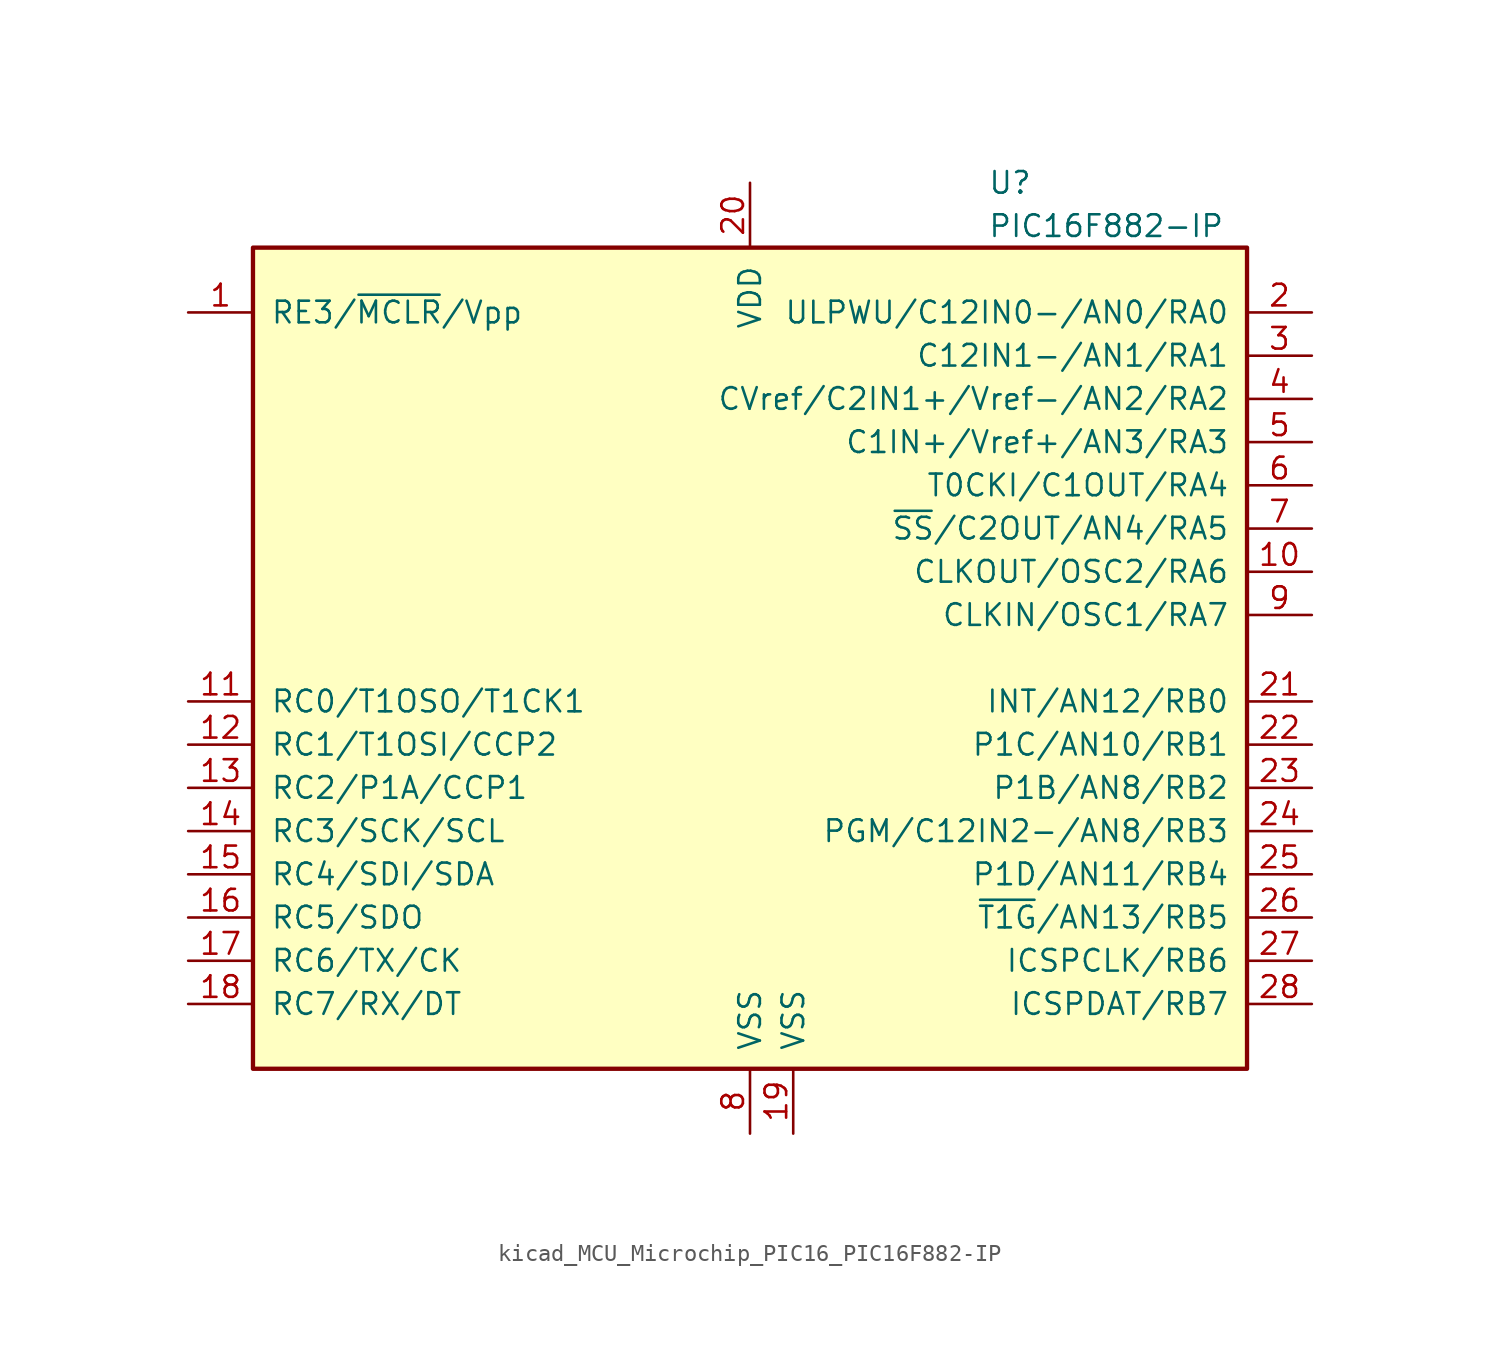
<source format=kicad_sym>
(kicad_symbol_lib
  (version 20220914)
  (generator kicad_symbol_editor)
  (symbol "kicad_MCU_Microchip_PIC16_PIC16F882-IP"
    (pin_names
      (offset 1.016))
    (property "Reference" "U"
      (at 13.97 27.94 0)
      (effects (font (size 1.27 1.27)) (justify left)))
    (property "Value" "PIC16F882-IP"
      (at 13.97 25.4 0)
      (effects (font (size 1.27 1.27)) (justify left)))
    (symbol "kicad_MCU_Microchip_PIC16_PIC16F882-IP_0_1"
      (rectangle (start -29.21 24.13) (end 29.21 -24.13) (stroke (width 0.254) (type default)) (fill (type background))))
    (symbol "kicad_MCU_Microchip_PIC16_PIC16F882-IP_1_1"
      (pin bidirectional line (at -33.02 20.32 0) (length 3.81) (name "RE3/~{MCLR}/Vpp" (effects (font (size 1.27 1.27)))) (number "1" (effects (font (size 1.27 1.27)))))
      (pin bidirectional line (at 33.02 5.08 180) (length 3.81) (name "CLKOUT/OSC2/RA6" (effects (font (size 1.27 1.27)))) (number "10" (effects (font (size 1.27 1.27)))))
      (pin bidirectional line (at -33.02 -2.54 0) (length 3.81) (name "RC0/T1OSO/T1CK1" (effects (font (size 1.27 1.27)))) (number "11" (effects (font (size 1.27 1.27)))))
      (pin bidirectional line (at -33.02 -5.08 0) (length 3.81) (name "RC1/T1OSI/CCP2" (effects (font (size 1.27 1.27)))) (number "12" (effects (font (size 1.27 1.27)))))
      (pin bidirectional line (at -33.02 -7.62 0) (length 3.81) (name "RC2/P1A/CCP1" (effects (font (size 1.27 1.27)))) (number "13" (effects (font (size 1.27 1.27)))))
      (pin bidirectional line (at -33.02 -10.16 0) (length 3.81) (name "RC3/SCK/SCL" (effects (font (size 1.27 1.27)))) (number "14" (effects (font (size 1.27 1.27)))))
      (pin bidirectional line (at -33.02 -12.7 0) (length 3.81) (name "RC4/SDI/SDA" (effects (font (size 1.27 1.27)))) (number "15" (effects (font (size 1.27 1.27)))))
      (pin bidirectional line (at -33.02 -15.24 0) (length 3.81) (name "RC5/SDO" (effects (font (size 1.27 1.27)))) (number "16" (effects (font (size 1.27 1.27)))))
      (pin bidirectional line (at -33.02 -17.78 0) (length 3.81) (name "RC6/TX/CK" (effects (font (size 1.27 1.27)))) (number "17" (effects (font (size 1.27 1.27)))))
      (pin bidirectional line (at -33.02 -20.32 0) (length 3.81) (name "RC7/RX/DT" (effects (font (size 1.27 1.27)))) (number "18" (effects (font (size 1.27 1.27)))))
      (pin power_in line (at 2.54 -27.94 90) (length 3.81) (name "VSS" (effects (font (size 1.27 1.27)))) (number "19" (effects (font (size 1.27 1.27)))))
      (pin bidirectional line (at 33.02 20.32 180) (length 3.81) (name "ULPWU/C12IN0-/AN0/RA0" (effects (font (size 1.27 1.27)))) (number "2" (effects (font (size 1.27 1.27)))))
      (pin power_in line (at 0 27.94 270) (length 3.81) (name "VDD" (effects (font (size 1.27 1.27)))) (number "20" (effects (font (size 1.27 1.27)))))
      (pin bidirectional line (at 33.02 -2.54 180) (length 3.81) (name "INT/AN12/RB0" (effects (font (size 1.27 1.27)))) (number "21" (effects (font (size 1.27 1.27)))))
      (pin bidirectional line (at 33.02 -5.08 180) (length 3.81) (name "P1C/AN10/RB1" (effects (font (size 1.27 1.27)))) (number "22" (effects (font (size 1.27 1.27)))))
      (pin bidirectional line (at 33.02 -7.62 180) (length 3.81) (name "P1B/AN8/RB2" (effects (font (size 1.27 1.27)))) (number "23" (effects (font (size 1.27 1.27)))))
      (pin bidirectional line (at 33.02 -10.16 180) (length 3.81) (name "PGM/C12IN2-/AN8/RB3" (effects (font (size 1.27 1.27)))) (number "24" (effects (font (size 1.27 1.27)))))
      (pin bidirectional line (at 33.02 -12.7 180) (length 3.81) (name "P1D/AN11/RB4" (effects (font (size 1.27 1.27)))) (number "25" (effects (font (size 1.27 1.27)))))
      (pin bidirectional line (at 33.02 -15.24 180) (length 3.81) (name "~{T1G}/AN13/RB5" (effects (font (size 1.27 1.27)))) (number "26" (effects (font (size 1.27 1.27)))))
      (pin bidirectional line (at 33.02 -17.78 180) (length 3.81) (name "ICSPCLK/RB6" (effects (font (size 1.27 1.27)))) (number "27" (effects (font (size 1.27 1.27)))))
      (pin bidirectional line (at 33.02 -20.32 180) (length 3.81) (name "ICSPDAT/RB7" (effects (font (size 1.27 1.27)))) (number "28" (effects (font (size 1.27 1.27)))))
      (pin bidirectional line (at 33.02 17.78 180) (length 3.81) (name "C12IN1-/AN1/RA1" (effects (font (size 1.27 1.27)))) (number "3" (effects (font (size 1.27 1.27)))))
      (pin bidirectional line (at 33.02 15.24 180) (length 3.81) (name "CVref/C2IN1+/Vref-/AN2/RA2" (effects (font (size 1.27 1.27)))) (number "4" (effects (font (size 1.27 1.27)))))
      (pin bidirectional line (at 33.02 12.7 180) (length 3.81) (name "C1IN+/Vref+/AN3/RA3" (effects (font (size 1.27 1.27)))) (number "5" (effects (font (size 1.27 1.27)))))
      (pin bidirectional line (at 33.02 10.16 180) (length 3.81) (name "T0CKI/C1OUT/RA4" (effects (font (size 1.27 1.27)))) (number "6" (effects (font (size 1.27 1.27)))))
      (pin bidirectional line (at 33.02 7.62 180) (length 3.81) (name "~{SS}/C2OUT/AN4/RA5" (effects (font (size 1.27 1.27)))) (number "7" (effects (font (size 1.27 1.27)))))
      (pin power_in line (at 0 -27.94 90) (length 3.81) (name "VSS" (effects (font (size 1.27 1.27)))) (number "8" (effects (font (size 1.27 1.27)))))
      (pin input line (at 33.02 2.54 180) (length 3.81) (name "CLKIN/OSC1/RA7" (effects (font (size 1.27 1.27)))) (number "9" (effects (font (size 1.27 1.27))))))))
</source>
